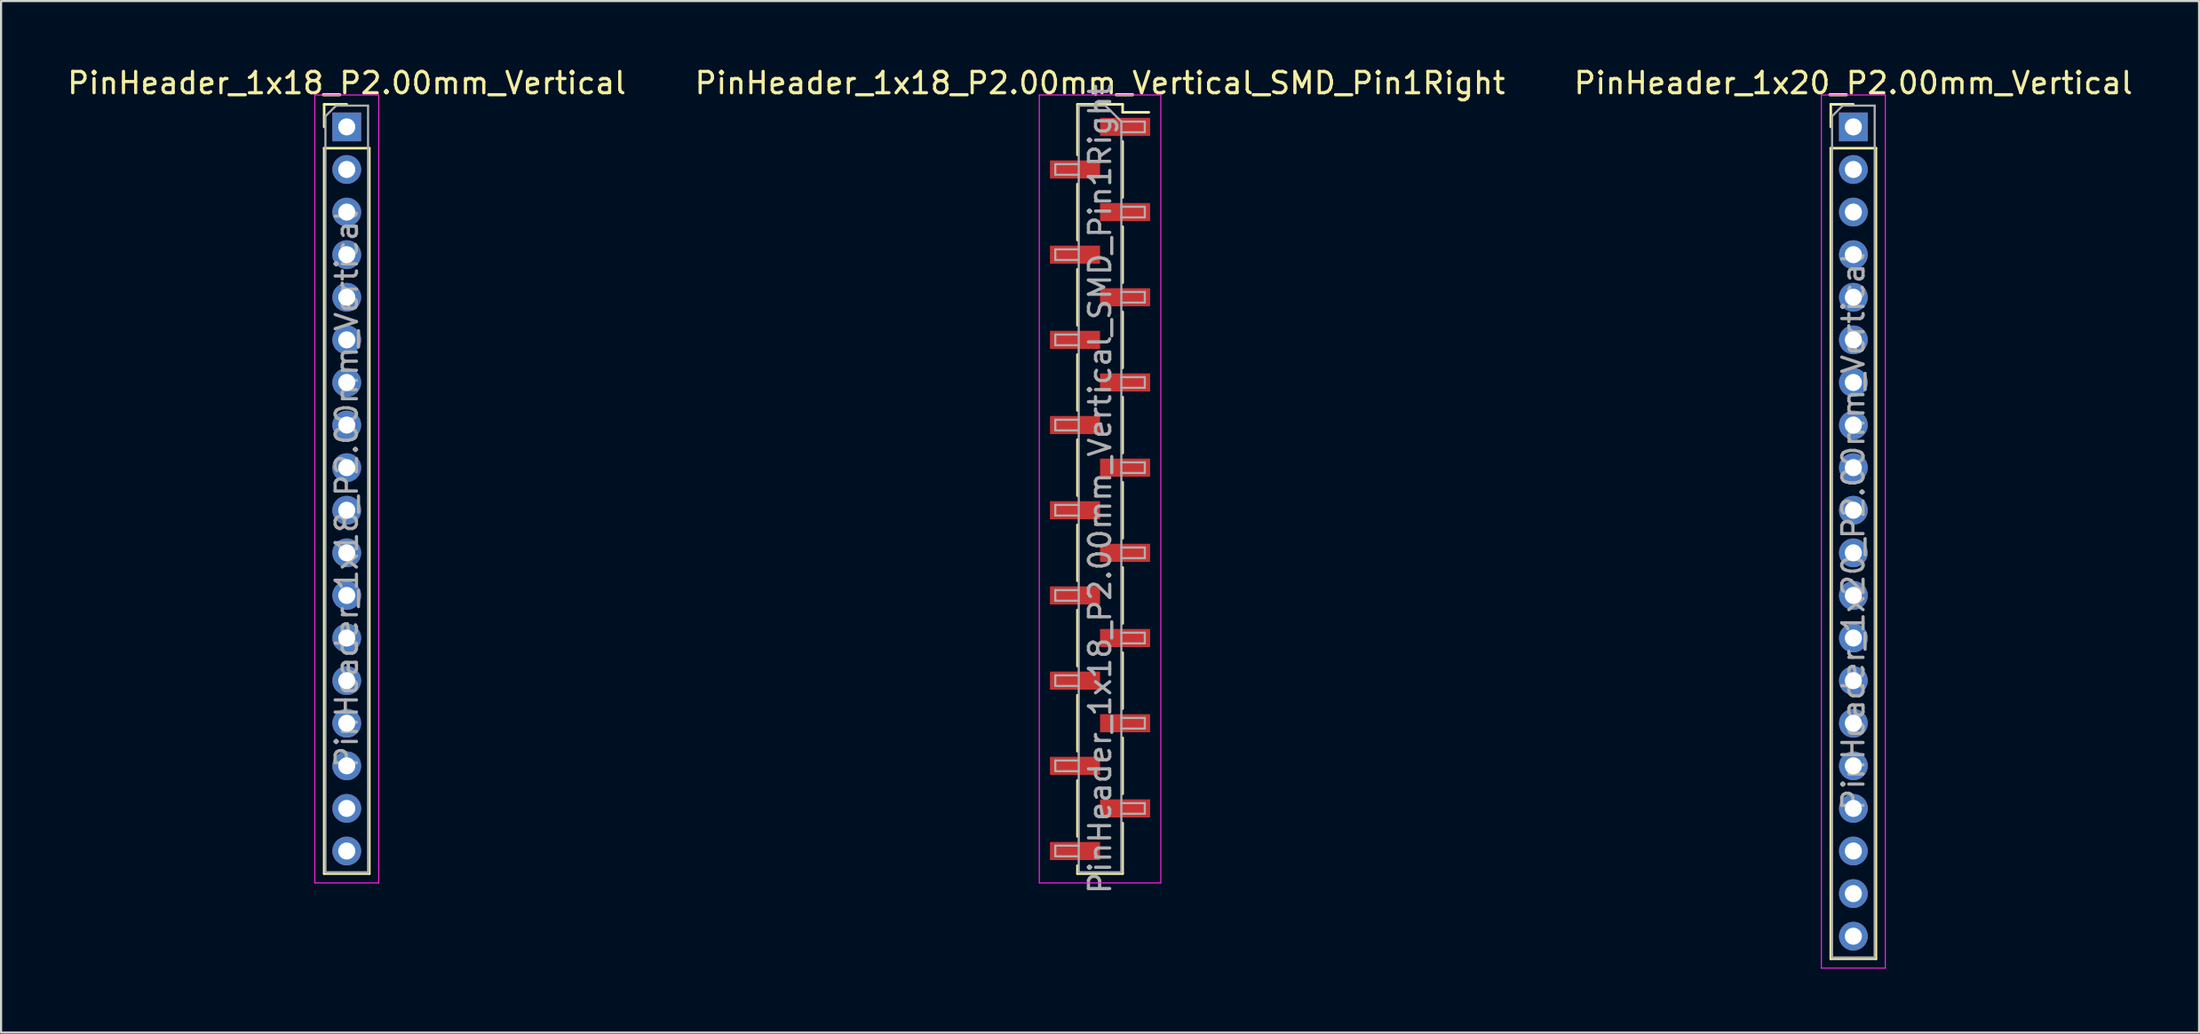
<source format=kicad_pcb>
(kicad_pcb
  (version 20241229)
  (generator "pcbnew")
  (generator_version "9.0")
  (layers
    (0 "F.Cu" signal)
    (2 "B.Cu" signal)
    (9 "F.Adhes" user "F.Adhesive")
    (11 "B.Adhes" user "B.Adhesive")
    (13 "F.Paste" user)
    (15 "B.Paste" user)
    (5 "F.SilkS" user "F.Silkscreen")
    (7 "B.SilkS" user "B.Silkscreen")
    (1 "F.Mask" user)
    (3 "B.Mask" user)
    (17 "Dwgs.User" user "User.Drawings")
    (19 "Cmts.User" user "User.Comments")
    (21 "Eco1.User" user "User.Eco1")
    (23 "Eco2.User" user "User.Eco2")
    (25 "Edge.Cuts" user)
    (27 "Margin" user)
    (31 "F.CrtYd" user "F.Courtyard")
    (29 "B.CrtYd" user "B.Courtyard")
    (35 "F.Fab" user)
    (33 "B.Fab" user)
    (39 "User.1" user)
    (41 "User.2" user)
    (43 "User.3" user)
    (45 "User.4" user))
  (footprint "PinHeader_1x18_P2.00mm_Vertical_SMD_Pin1Right"
    (layer "F.Cu")
    (at 48.565 19.908)
    (property "Reference" "PinHeader_1x18_P2.00mm_Vertical_SMD_Pin1Right" (at 0 -19.06 0) (layer "F.SilkS") (effects (font (size 1 1) (thickness 0.15))))
    (attr smd)
    (fp_line (start -1.06 -18.06) (end -1.06 -15.685) (stroke (width 0.12) (type solid)) (layer "F.SilkS"))
    (fp_line (start -1.06 -18.06) (end 1.06 -18.06) (stroke (width 0.12) (type solid)) (layer "F.SilkS"))
    (fp_line (start -1.06 -14.315) (end -1.06 -11.685) (stroke (width 0.12) (type solid)) (layer "F.SilkS"))
    (fp_line (start -1.06 -10.315) (end -1.06 -7.685) (stroke (width 0.12) (type solid)) (layer "F.SilkS"))
    (fp_line (start -1.06 -6.315) (end -1.06 -3.685) (stroke (width 0.12) (type solid)) (layer "F.SilkS"))
    (fp_line (start -1.06 -2.315) (end -1.06 0.315) (stroke (width 0.12) (type solid)) (layer "F.SilkS"))
    (fp_line (start -1.06 1.685) (end -1.06 4.315) (stroke (width 0.12) (type solid)) (layer "F.SilkS"))
    (fp_line (start -1.06 5.685) (end -1.06 8.315) (stroke (width 0.12) (type solid)) (layer "F.SilkS"))
    (fp_line (start -1.06 9.685) (end -1.06 12.315) (stroke (width 0.12) (type solid)) (layer "F.SilkS"))
    (fp_line (start -1.06 13.685) (end -1.06 16.315) (stroke (width 0.12) (type solid)) (layer "F.SilkS"))
    (fp_line (start -1.06 17.685) (end -1.06 18.06) (stroke (width 0.12) (type solid)) (layer "F.SilkS"))
    (fp_line (start -1.06 18.06) (end 1.06 18.06) (stroke (width 0.12) (type solid)) (layer "F.SilkS"))
    (fp_line (start 1.06 -18.06) (end 1.06 -17.685) (stroke (width 0.12) (type solid)) (layer "F.SilkS"))
    (fp_line (start 1.06 -17.685) (end 2.29 -17.685) (stroke (width 0.12) (type solid)) (layer "F.SilkS"))
    (fp_line (start 1.06 -16.315) (end 1.06 -13.685) (stroke (width 0.12) (type solid)) (layer "F.SilkS"))
    (fp_line (start 1.06 -12.315) (end 1.06 -9.685) (stroke (width 0.12) (type solid)) (layer "F.SilkS"))
    (fp_line (start 1.06 -8.315) (end 1.06 -5.685) (stroke (width 0.12) (type solid)) (layer "F.SilkS"))
    (fp_line (start 1.06 -4.315) (end 1.06 -1.685) (stroke (width 0.12) (type solid)) (layer "F.SilkS"))
    (fp_line (start 1.06 -0.315) (end 1.06 2.315) (stroke (width 0.12) (type solid)) (layer "F.SilkS"))
    (fp_line (start 1.06 3.685) (end 1.06 6.315) (stroke (width 0.12) (type solid)) (layer "F.SilkS"))
    (fp_line (start 1.06 7.685) (end 1.06 10.315) (stroke (width 0.12) (type solid)) (layer "F.SilkS"))
    (fp_line (start 1.06 11.685) (end 1.06 14.315) (stroke (width 0.12) (type solid)) (layer "F.SilkS"))
    (fp_line (start 1.06 15.685) (end 1.06 18.06) (stroke (width 0.12) (type solid)) (layer "F.SilkS"))
    (fp_line (start -2.85 -18.5) (end -2.85 18.5) (stroke (width 0.05) (type solid)) (layer "F.CrtYd"))
    (fp_line (start -2.85 18.5) (end 2.85 18.5) (stroke (width 0.05) (type solid)) (layer "F.CrtYd"))
    (fp_line (start 2.85 -18.5) (end -2.85 -18.5) (stroke (width 0.05) (type solid)) (layer "F.CrtYd"))
    (fp_line (start 2.85 18.5) (end 2.85 -18.5) (stroke (width 0.05) (type solid)) (layer "F.CrtYd"))
    (fp_line (start -2.1 -15.25) (end -2.1 -14.75) (stroke (width 0.1) (type solid)) (layer "F.Fab"))
    (fp_line (start -2.1 -14.75) (end -1 -14.75) (stroke (width 0.1) (type solid)) (layer "F.Fab"))
    (fp_line (start -2.1 -11.25) (end -2.1 -10.75) (stroke (width 0.1) (type solid)) (layer "F.Fab"))
    (fp_line (start -2.1 -10.75) (end -1 -10.75) (stroke (width 0.1) (type solid)) (layer "F.Fab"))
    (fp_line (start -2.1 -7.25) (end -2.1 -6.75) (stroke (width 0.1) (type solid)) (layer "F.Fab"))
    (fp_line (start -2.1 -6.75) (end -1 -6.75) (stroke (width 0.1) (type solid)) (layer "F.Fab"))
    (fp_line (start -2.1 -3.25) (end -2.1 -2.75) (stroke (width 0.1) (type solid)) (layer "F.Fab"))
    (fp_line (start -2.1 -2.75) (end -1 -2.75) (stroke (width 0.1) (type solid)) (layer "F.Fab"))
    (fp_line (start -2.1 0.75) (end -2.1 1.25) (stroke (width 0.1) (type solid)) (layer "F.Fab"))
    (fp_line (start -2.1 1.25) (end -1 1.25) (stroke (width 0.1) (type solid)) (layer "F.Fab"))
    (fp_line (start -2.1 4.75) (end -2.1 5.25) (stroke (width 0.1) (type solid)) (layer "F.Fab"))
    (fp_line (start -2.1 5.25) (end -1 5.25) (stroke (width 0.1) (type solid)) (layer "F.Fab"))
    (fp_line (start -2.1 8.75) (end -2.1 9.25) (stroke (width 0.1) (type solid)) (layer "F.Fab"))
    (fp_line (start -2.1 9.25) (end -1 9.25) (stroke (width 0.1) (type solid)) (layer "F.Fab"))
    (fp_line (start -2.1 12.75) (end -2.1 13.25) (stroke (width 0.1) (type solid)) (layer "F.Fab"))
    (fp_line (start -2.1 13.25) (end -1 13.25) (stroke (width 0.1) (type solid)) (layer "F.Fab"))
    (fp_line (start -2.1 16.75) (end -2.1 17.25) (stroke (width 0.1) (type solid)) (layer "F.Fab"))
    (fp_line (start -2.1 17.25) (end -1 17.25) (stroke (width 0.1) (type solid)) (layer "F.Fab"))
    (fp_line (start -1 -18) (end -1 18) (stroke (width 0.1) (type solid)) (layer "F.Fab"))
    (fp_line (start -1 -18) (end 0.25 -18) (stroke (width 0.1) (type solid)) (layer "F.Fab"))
    (fp_line (start -1 -15.25) (end -2.1 -15.25) (stroke (width 0.1) (type solid)) (layer "F.Fab"))
    (fp_line (start -1 -11.25) (end -2.1 -11.25) (stroke (width 0.1) (type solid)) (layer "F.Fab"))
    (fp_line (start -1 -7.25) (end -2.1 -7.25) (stroke (width 0.1) (type solid)) (layer "F.Fab"))
    (fp_line (start -1 -3.25) (end -2.1 -3.25) (stroke (width 0.1) (type solid)) (layer "F.Fab"))
    (fp_line (start -1 0.75) (end -2.1 0.75) (stroke (width 0.1) (type solid)) (layer "F.Fab"))
    (fp_line (start -1 4.75) (end -2.1 4.75) (stroke (width 0.1) (type solid)) (layer "F.Fab"))
    (fp_line (start -1 8.75) (end -2.1 8.75) (stroke (width 0.1) (type solid)) (layer "F.Fab"))
    (fp_line (start -1 12.75) (end -2.1 12.75) (stroke (width 0.1) (type solid)) (layer "F.Fab"))
    (fp_line (start -1 16.75) (end -2.1 16.75) (stroke (width 0.1) (type solid)) (layer "F.Fab"))
    (fp_line (start 1 -17.25) (end 0.25 -18) (stroke (width 0.1) (type solid)) (layer "F.Fab"))
    (fp_line (start 1 -17.25) (end 2.1 -17.25) (stroke (width 0.1) (type solid)) (layer "F.Fab"))
    (fp_line (start 1 -13.25) (end 2.1 -13.25) (stroke (width 0.1) (type solid)) (layer "F.Fab"))
    (fp_line (start 1 -9.25) (end 2.1 -9.25) (stroke (width 0.1) (type solid)) (layer "F.Fab"))
    (fp_line (start 1 -5.25) (end 2.1 -5.25) (stroke (width 0.1) (type solid)) (layer "F.Fab"))
    (fp_line (start 1 -1.25) (end 2.1 -1.25) (stroke (width 0.1) (type solid)) (layer "F.Fab"))
    (fp_line (start 1 2.75) (end 2.1 2.75) (stroke (width 0.1) (type solid)) (layer "F.Fab"))
    (fp_line (start 1 6.75) (end 2.1 6.75) (stroke (width 0.1) (type solid)) (layer "F.Fab"))
    (fp_line (start 1 10.75) (end 2.1 10.75) (stroke (width 0.1) (type solid)) (layer "F.Fab"))
    (fp_line (start 1 14.75) (end 2.1 14.75) (stroke (width 0.1) (type solid)) (layer "F.Fab"))
    (fp_line (start 1 18) (end -1 18) (stroke (width 0.1) (type solid)) (layer "F.Fab"))
    (fp_line (start 1 18) (end 1 -17.25) (stroke (width 0.1) (type solid)) (layer "F.Fab"))
    (fp_line (start 2.1 -17.25) (end 2.1 -16.75) (stroke (width 0.1) (type solid)) (layer "F.Fab"))
    (fp_line (start 2.1 -16.75) (end 1 -16.75) (stroke (width 0.1) (type solid)) (layer "F.Fab"))
    (fp_line (start 2.1 -13.25) (end 2.1 -12.75) (stroke (width 0.1) (type solid)) (layer "F.Fab"))
    (fp_line (start 2.1 -12.75) (end 1 -12.75) (stroke (width 0.1) (type solid)) (layer "F.Fab"))
    (fp_line (start 2.1 -9.25) (end 2.1 -8.75) (stroke (width 0.1) (type solid)) (layer "F.Fab"))
    (fp_line (start 2.1 -8.75) (end 1 -8.75) (stroke (width 0.1) (type solid)) (layer "F.Fab"))
    (fp_line (start 2.1 -5.25) (end 2.1 -4.75) (stroke (width 0.1) (type solid)) (layer "F.Fab"))
    (fp_line (start 2.1 -4.75) (end 1 -4.75) (stroke (width 0.1) (type solid)) (layer "F.Fab"))
    (fp_line (start 2.1 -1.25) (end 2.1 -0.75) (stroke (width 0.1) (type solid)) (layer "F.Fab"))
    (fp_line (start 2.1 -0.75) (end 1 -0.75) (stroke (width 0.1) (type solid)) (layer "F.Fab"))
    (fp_line (start 2.1 2.75) (end 2.1 3.25) (stroke (width 0.1) (type solid)) (layer "F.Fab"))
    (fp_line (start 2.1 3.25) (end 1 3.25) (stroke (width 0.1) (type solid)) (layer "F.Fab"))
    (fp_line (start 2.1 6.75) (end 2.1 7.25) (stroke (width 0.1) (type solid)) (layer "F.Fab"))
    (fp_line (start 2.1 7.25) (end 1 7.25) (stroke (width 0.1) (type solid)) (layer "F.Fab"))
    (fp_line (start 2.1 10.75) (end 2.1 11.25) (stroke (width 0.1) (type solid)) (layer "F.Fab"))
    (fp_line (start 2.1 11.25) (end 1 11.25) (stroke (width 0.1) (type solid)) (layer "F.Fab"))
    (fp_line (start 2.1 14.75) (end 2.1 15.25) (stroke (width 0.1) (type solid)) (layer "F.Fab"))
    (fp_line (start 2.1 15.25) (end 1 15.25) (stroke (width 0.1) (type solid)) (layer "F.Fab"))
    (fp_text user "${REFERENCE}" (at 0 0 90) (layer "F.Fab") (effects (font (size 1 1) (thickness 0.15))))
    (pad "1" smd rect (at 1.175 -17) (size 2.35 0.85) (layers "F.Cu" "F.Mask" "F.Paste"))
    (pad "2" smd rect (at -1.175 -15) (size 2.35 0.85) (layers "F.Cu" "F.Mask" "F.Paste"))
    (pad "3" smd rect (at 1.175 -13) (size 2.35 0.85) (layers "F.Cu" "F.Mask" "F.Paste"))
    (pad "4" smd rect (at -1.175 -11) (size 2.35 0.85) (layers "F.Cu" "F.Mask" "F.Paste"))
    (pad "5" smd rect (at 1.175 -9) (size 2.35 0.85) (layers "F.Cu" "F.Mask" "F.Paste"))
    (pad "6" smd rect (at -1.175 -7) (size 2.35 0.85) (layers "F.Cu" "F.Mask" "F.Paste"))
    (pad "7" smd rect (at 1.175 -5) (size 2.35 0.85) (layers "F.Cu" "F.Mask" "F.Paste"))
    (pad "8" smd rect (at -1.175 -3) (size 2.35 0.85) (layers "F.Cu" "F.Mask" "F.Paste"))
    (pad "9" smd rect (at 1.175 -1) (size 2.35 0.85) (layers "F.Cu" "F.Mask" "F.Paste"))
    (pad "10" smd rect (at -1.175 1) (size 2.35 0.85) (layers "F.Cu" "F.Mask" "F.Paste"))
    (pad "11" smd rect (at 1.175 3) (size 2.35 0.85) (layers "F.Cu" "F.Mask" "F.Paste"))
    (pad "12" smd rect (at -1.175 5) (size 2.35 0.85) (layers "F.Cu" "F.Mask" "F.Paste"))
    (pad "13" smd rect (at 1.175 7) (size 2.35 0.85) (layers "F.Cu" "F.Mask" "F.Paste"))
    (pad "14" smd rect (at -1.175 9) (size 2.35 0.85) (layers "F.Cu" "F.Mask" "F.Paste"))
    (pad "15" smd rect (at 1.175 11) (size 2.35 0.85) (layers "F.Cu" "F.Mask" "F.Paste"))
    (pad "16" smd rect (at -1.175 13) (size 2.35 0.85) (layers "F.Cu" "F.Mask" "F.Paste"))
    (pad "17" smd rect (at 1.175 15) (size 2.35 0.85) (layers "F.Cu" "F.Mask" "F.Paste"))
    (pad "18" smd rect (at -1.175 17) (size 2.35 0.85) (layers "F.Cu" "F.Mask" "F.Paste")))
  (footprint "PinHeader_1x18_P2.00mm_Vertical"
    (layer "F.Cu")
    (at 13.22 2.908)
    (property "Reference" "PinHeader_1x18_P2.00mm_Vertical" (at 0 -2.06 0) (layer "F.SilkS") (effects (font (size 1 1) (thickness 0.15))))
    (attr through_hole)
    (fp_line (start -1.06 -1.06) (end 0 -1.06) (stroke (width 0.12) (type solid)) (layer "F.SilkS"))
    (fp_line (start -1.06 0) (end -1.06 -1.06) (stroke (width 0.12) (type solid)) (layer "F.SilkS"))
    (fp_line (start -1.06 1) (end -1.06 35.06) (stroke (width 0.12) (type solid)) (layer "F.SilkS"))
    (fp_line (start -1.06 1) (end 1.06 1) (stroke (width 0.12) (type solid)) (layer "F.SilkS"))
    (fp_line (start -1.06 35.06) (end 1.06 35.06) (stroke (width 0.12) (type solid)) (layer "F.SilkS"))
    (fp_line (start 1.06 1) (end 1.06 35.06) (stroke (width 0.12) (type solid)) (layer "F.SilkS"))
    (fp_line (start -1.5 -1.5) (end -1.5 35.5) (stroke (width 0.05) (type solid)) (layer "F.CrtYd"))
    (fp_line (start -1.5 35.5) (end 1.5 35.5) (stroke (width 0.05) (type solid)) (layer "F.CrtYd"))
    (fp_line (start 1.5 -1.5) (end -1.5 -1.5) (stroke (width 0.05) (type solid)) (layer "F.CrtYd"))
    (fp_line (start 1.5 35.5) (end 1.5 -1.5) (stroke (width 0.05) (type solid)) (layer "F.CrtYd"))
    (fp_line (start -1 -0.5) (end -0.5 -1) (stroke (width 0.1) (type solid)) (layer "F.Fab"))
    (fp_line (start -1 35) (end -1 -0.5) (stroke (width 0.1) (type solid)) (layer "F.Fab"))
    (fp_line (start -0.5 -1) (end 1 -1) (stroke (width 0.1) (type solid)) (layer "F.Fab"))
    (fp_line (start 1 -1) (end 1 35) (stroke (width 0.1) (type solid)) (layer "F.Fab"))
    (fp_line (start 1 35) (end -1 35) (stroke (width 0.1) (type solid)) (layer "F.Fab"))
    (fp_text user "${REFERENCE}" (at 0 17 90) (layer "F.Fab") (effects (font (size 1 1) (thickness 0.15))))
    (pad "1" thru_hole rect (at 0 0) (size 1.35 1.35) (drill 0.8) (layers "*.Cu" "*.Mask"))
    (pad "2" thru_hole oval (at 0 2) (size 1.35 1.35) (drill 0.8) (layers "*.Cu" "*.Mask"))
    (pad "3" thru_hole oval (at 0 4) (size 1.35 1.35) (drill 0.8) (layers "*.Cu" "*.Mask"))
    (pad "4" thru_hole oval (at 0 6) (size 1.35 1.35) (drill 0.8) (layers "*.Cu" "*.Mask"))
    (pad "5" thru_hole oval (at 0 8) (size 1.35 1.35) (drill 0.8) (layers "*.Cu" "*.Mask"))
    (pad "6" thru_hole oval (at 0 10) (size 1.35 1.35) (drill 0.8) (layers "*.Cu" "*.Mask"))
    (pad "7" thru_hole oval (at 0 12) (size 1.35 1.35) (drill 0.8) (layers "*.Cu" "*.Mask"))
    (pad "8" thru_hole oval (at 0 14) (size 1.35 1.35) (drill 0.8) (layers "*.Cu" "*.Mask"))
    (pad "9" thru_hole oval (at 0 16) (size 1.35 1.35) (drill 0.8) (layers "*.Cu" "*.Mask"))
    (pad "10" thru_hole oval (at 0 18) (size 1.35 1.35) (drill 0.8) (layers "*.Cu" "*.Mask"))
    (pad "11" thru_hole oval (at 0 20) (size 1.35 1.35) (drill 0.8) (layers "*.Cu" "*.Mask"))
    (pad "12" thru_hole oval (at 0 22) (size 1.35 1.35) (drill 0.8) (layers "*.Cu" "*.Mask"))
    (pad "13" thru_hole oval (at 0 24) (size 1.35 1.35) (drill 0.8) (layers "*.Cu" "*.Mask"))
    (pad "14" thru_hole oval (at 0 26) (size 1.35 1.35) (drill 0.8) (layers "*.Cu" "*.Mask"))
    (pad "15" thru_hole oval (at 0 28) (size 1.35 1.35) (drill 0.8) (layers "*.Cu" "*.Mask"))
    (pad "16" thru_hole oval (at 0 30) (size 1.35 1.35) (drill 0.8) (layers "*.Cu" "*.Mask"))
    (pad "17" thru_hole oval (at 0 32) (size 1.35 1.35) (drill 0.8) (layers "*.Cu" "*.Mask"))
    (pad "18" thru_hole oval (at 0 34) (size 1.35 1.35) (drill 0.8) (layers "*.Cu" "*.Mask")))
  (footprint "PinHeader_1x20_P2.00mm_Vertical"
    (layer "F.Cu")
    (at 83.911 2.908)
    (property "Reference" "PinHeader_1x20_P2.00mm_Vertical" (at 0 -2.06 0) (layer "F.SilkS") (effects (font (size 1 1) (thickness 0.15))))
    (attr through_hole)
    (fp_line (start -1.06 -1.06) (end 0 -1.06) (stroke (width 0.12) (type solid)) (layer "F.SilkS"))
    (fp_line (start -1.06 0) (end -1.06 -1.06) (stroke (width 0.12) (type solid)) (layer "F.SilkS"))
    (fp_line (start -1.06 1) (end -1.06 39.06) (stroke (width 0.12) (type solid)) (layer "F.SilkS"))
    (fp_line (start -1.06 1) (end 1.06 1) (stroke (width 0.12) (type solid)) (layer "F.SilkS"))
    (fp_line (start -1.06 39.06) (end 1.06 39.06) (stroke (width 0.12) (type solid)) (layer "F.SilkS"))
    (fp_line (start 1.06 1) (end 1.06 39.06) (stroke (width 0.12) (type solid)) (layer "F.SilkS"))
    (fp_line (start -1.5 -1.5) (end -1.5 39.5) (stroke (width 0.05) (type solid)) (layer "F.CrtYd"))
    (fp_line (start -1.5 39.5) (end 1.5 39.5) (stroke (width 0.05) (type solid)) (layer "F.CrtYd"))
    (fp_line (start 1.5 -1.5) (end -1.5 -1.5) (stroke (width 0.05) (type solid)) (layer "F.CrtYd"))
    (fp_line (start 1.5 39.5) (end 1.5 -1.5) (stroke (width 0.05) (type solid)) (layer "F.CrtYd"))
    (fp_line (start -1 -0.5) (end -0.5 -1) (stroke (width 0.1) (type solid)) (layer "F.Fab"))
    (fp_line (start -1 39) (end -1 -0.5) (stroke (width 0.1) (type solid)) (layer "F.Fab"))
    (fp_line (start -0.5 -1) (end 1 -1) (stroke (width 0.1) (type solid)) (layer "F.Fab"))
    (fp_line (start 1 -1) (end 1 39) (stroke (width 0.1) (type solid)) (layer "F.Fab"))
    (fp_line (start 1 39) (end -1 39) (stroke (width 0.1) (type solid)) (layer "F.Fab"))
    (fp_text user "${REFERENCE}" (at 0 19 90) (layer "F.Fab") (effects (font (size 1 1) (thickness 0.15))))
    (pad "1" thru_hole rect (at 0 0) (size 1.35 1.35) (drill 0.8) (layers "*.Cu" "*.Mask"))
    (pad "2" thru_hole oval (at 0 2) (size 1.35 1.35) (drill 0.8) (layers "*.Cu" "*.Mask"))
    (pad "3" thru_hole oval (at 0 4) (size 1.35 1.35) (drill 0.8) (layers "*.Cu" "*.Mask"))
    (pad "4" thru_hole oval (at 0 6) (size 1.35 1.35) (drill 0.8) (layers "*.Cu" "*.Mask"))
    (pad "5" thru_hole oval (at 0 8) (size 1.35 1.35) (drill 0.8) (layers "*.Cu" "*.Mask"))
    (pad "6" thru_hole oval (at 0 10) (size 1.35 1.35) (drill 0.8) (layers "*.Cu" "*.Mask"))
    (pad "7" thru_hole oval (at 0 12) (size 1.35 1.35) (drill 0.8) (layers "*.Cu" "*.Mask"))
    (pad "8" thru_hole oval (at 0 14) (size 1.35 1.35) (drill 0.8) (layers "*.Cu" "*.Mask"))
    (pad "9" thru_hole oval (at 0 16) (size 1.35 1.35) (drill 0.8) (layers "*.Cu" "*.Mask"))
    (pad "10" thru_hole oval (at 0 18) (size 1.35 1.35) (drill 0.8) (layers "*.Cu" "*.Mask"))
    (pad "11" thru_hole oval (at 0 20) (size 1.35 1.35) (drill 0.8) (layers "*.Cu" "*.Mask"))
    (pad "12" thru_hole oval (at 0 22) (size 1.35 1.35) (drill 0.8) (layers "*.Cu" "*.Mask"))
    (pad "13" thru_hole oval (at 0 24) (size 1.35 1.35) (drill 0.8) (layers "*.Cu" "*.Mask"))
    (pad "14" thru_hole oval (at 0 26) (size 1.35 1.35) (drill 0.8) (layers "*.Cu" "*.Mask"))
    (pad "15" thru_hole oval (at 0 28) (size 1.35 1.35) (drill 0.8) (layers "*.Cu" "*.Mask"))
    (pad "16" thru_hole oval (at 0 30) (size 1.35 1.35) (drill 0.8) (layers "*.Cu" "*.Mask"))
    (pad "17" thru_hole oval (at 0 32) (size 1.35 1.35) (drill 0.8) (layers "*.Cu" "*.Mask"))
    (pad "18" thru_hole oval (at 0 34) (size 1.35 1.35) (drill 0.8) (layers "*.Cu" "*.Mask"))
    (pad "19" thru_hole oval (at 0 36) (size 1.35 1.35) (drill 0.8) (layers "*.Cu" "*.Mask"))
    (pad "20" thru_hole oval (at 0 38) (size 1.35 1.35) (drill 0.8) (layers "*.Cu" "*.Mask")))
  (gr_rect
    (start -3 -3)
    (end 100.131 45.433)
    (stroke (width 0.1) (type default))
    (fill no)
    (layer "Edge.Cuts")))
</source>
